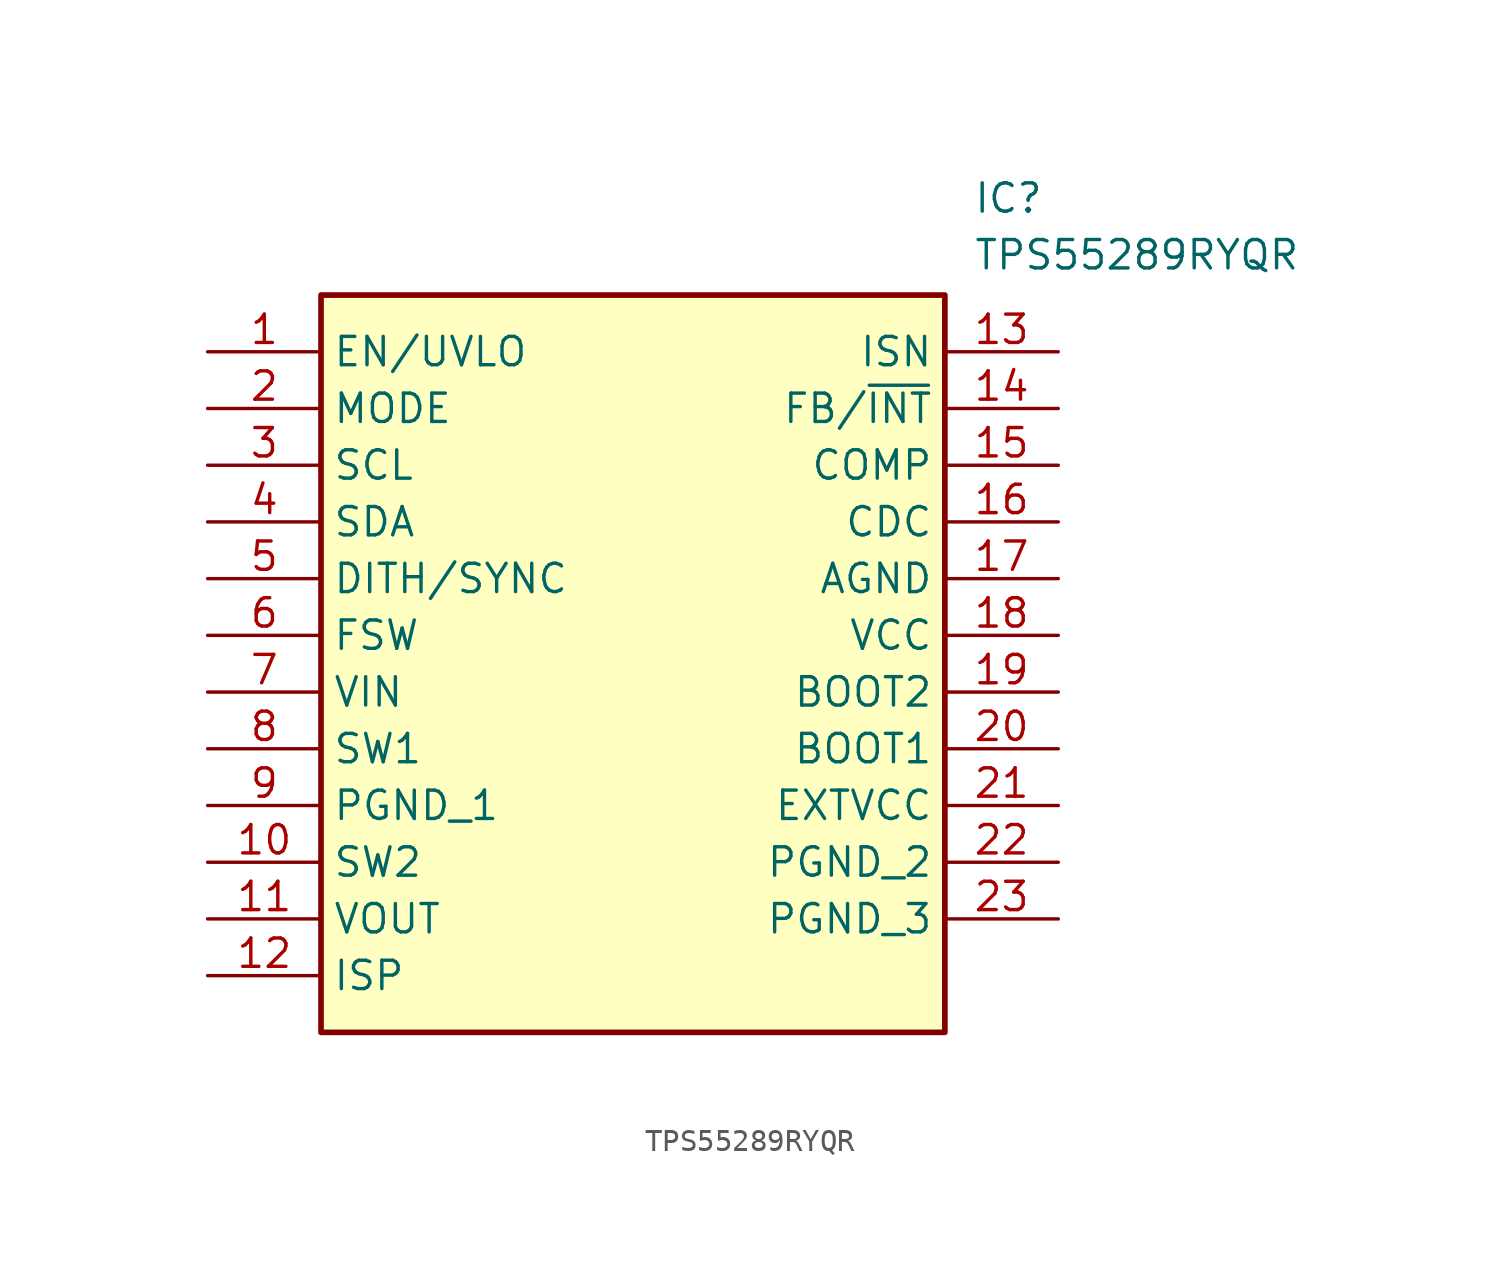
<source format=kicad_sym>
(kicad_symbol_lib
  (version 20211014)
  (generator SamacSys_ECAD_Model)
  (symbol "TPS55289RYQR"
    (property "Reference" "IC"
      (at 34.29 7.62 0)
      (effects (font (size 1.27 1.27)) (justify left top)))
    (property "Value" "TPS55289RYQR"
      (at 34.29 5.08 0)
      (effects (font (size 1.27 1.27)) (justify left top)))
    (rectangle
      (start 5.08 2.54)
      (end 33.02 -30.48)
      (stroke (width 0.254) (type default))
      (fill (type background)))
    (pin passive line
      (at 0 0 0)
      (length 5.08)
      (name "EN/UVLO" (effects (font (size 1.27 1.27))))
      (number "1" (effects (font (size 1.27 1.27)))))
    (pin passive line
      (at 0 -2.54 0)
      (length 5.08)
      (name "MODE" (effects (font (size 1.27 1.27))))
      (number "2" (effects (font (size 1.27 1.27)))))
    (pin passive line
      (at 0 -5.08 0)
      (length 5.08)
      (name "SCL" (effects (font (size 1.27 1.27))))
      (number "3" (effects (font (size 1.27 1.27)))))
    (pin passive line
      (at 0 -7.62 0)
      (length 5.08)
      (name "SDA" (effects (font (size 1.27 1.27))))
      (number "4" (effects (font (size 1.27 1.27)))))
    (pin passive line
      (at 0 -10.16 0)
      (length 5.08)
      (name "DITH/SYNC" (effects (font (size 1.27 1.27))))
      (number "5" (effects (font (size 1.27 1.27)))))
    (pin passive line
      (at 0 -12.7 0)
      (length 5.08)
      (name "FSW" (effects (font (size 1.27 1.27))))
      (number "6" (effects (font (size 1.27 1.27)))))
    (pin passive line
      (at 0 -15.24 0)
      (length 5.08)
      (name "VIN" (effects (font (size 1.27 1.27))))
      (number "7" (effects (font (size 1.27 1.27)))))
    (pin passive line
      (at 0 -17.78 0)
      (length 5.08)
      (name "SW1" (effects (font (size 1.27 1.27))))
      (number "8" (effects (font (size 1.27 1.27)))))
    (pin passive line
      (at 0 -20.32 0)
      (length 5.08)
      (name "PGND_1" (effects (font (size 1.27 1.27))))
      (number "9" (effects (font (size 1.27 1.27)))))
    (pin passive line
      (at 0 -22.86 0)
      (length 5.08)
      (name "SW2" (effects (font (size 1.27 1.27))))
      (number "10" (effects (font (size 1.27 1.27)))))
    (pin passive line
      (at 0 -25.4 0)
      (length 5.08)
      (name "VOUT" (effects (font (size 1.27 1.27))))
      (number "11" (effects (font (size 1.27 1.27)))))
    (pin passive line
      (at 0 -27.94 0)
      (length 5.08)
      (name "ISP" (effects (font (size 1.27 1.27))))
      (number "12" (effects (font (size 1.27 1.27)))))
    (pin passive line
      (at 38.1 0 180)
      (length 5.08)
      (name "ISN" (effects (font (size 1.27 1.27))))
      (number "13" (effects (font (size 1.27 1.27)))))
    (pin passive line
      (at 38.1 -2.54 180)
      (length 5.08)
      (name "FB/~{INT}" (effects (font (size 1.27 1.27))))
      (number "14" (effects (font (size 1.27 1.27)))))
    (pin passive line
      (at 38.1 -5.08 180)
      (length 5.08)
      (name "COMP" (effects (font (size 1.27 1.27))))
      (number "15" (effects (font (size 1.27 1.27)))))
    (pin passive line
      (at 38.1 -7.62 180)
      (length 5.08)
      (name "CDC" (effects (font (size 1.27 1.27))))
      (number "16" (effects (font (size 1.27 1.27)))))
    (pin passive line
      (at 38.1 -10.16 180)
      (length 5.08)
      (name "AGND" (effects (font (size 1.27 1.27))))
      (number "17" (effects (font (size 1.27 1.27)))))
    (pin passive line
      (at 38.1 -12.7 180)
      (length 5.08)
      (name "VCC" (effects (font (size 1.27 1.27))))
      (number "18" (effects (font (size 1.27 1.27)))))
    (pin passive line
      (at 38.1 -15.24 180)
      (length 5.08)
      (name "BOOT2" (effects (font (size 1.27 1.27))))
      (number "19" (effects (font (size 1.27 1.27)))))
    (pin passive line
      (at 38.1 -17.78 180)
      (length 5.08)
      (name "BOOT1" (effects (font (size 1.27 1.27))))
      (number "20" (effects (font (size 1.27 1.27)))))
    (pin passive line
      (at 38.1 -20.32 180)
      (length 5.08)
      (name "EXTVCC" (effects (font (size 1.27 1.27))))
      (number "21" (effects (font (size 1.27 1.27)))))
    (pin passive line
      (at 38.1 -22.86 180)
      (length 5.08)
      (name "PGND_2" (effects (font (size 1.27 1.27))))
      (number "22" (effects (font (size 1.27 1.27)))))
    (pin passive line
      (at 38.1 -25.4 180)
      (length 5.08)
      (name "PGND_3" (effects (font (size 1.27 1.27))))
      (number "23" (effects (font (size 1.27 1.27)))))))
</source>
